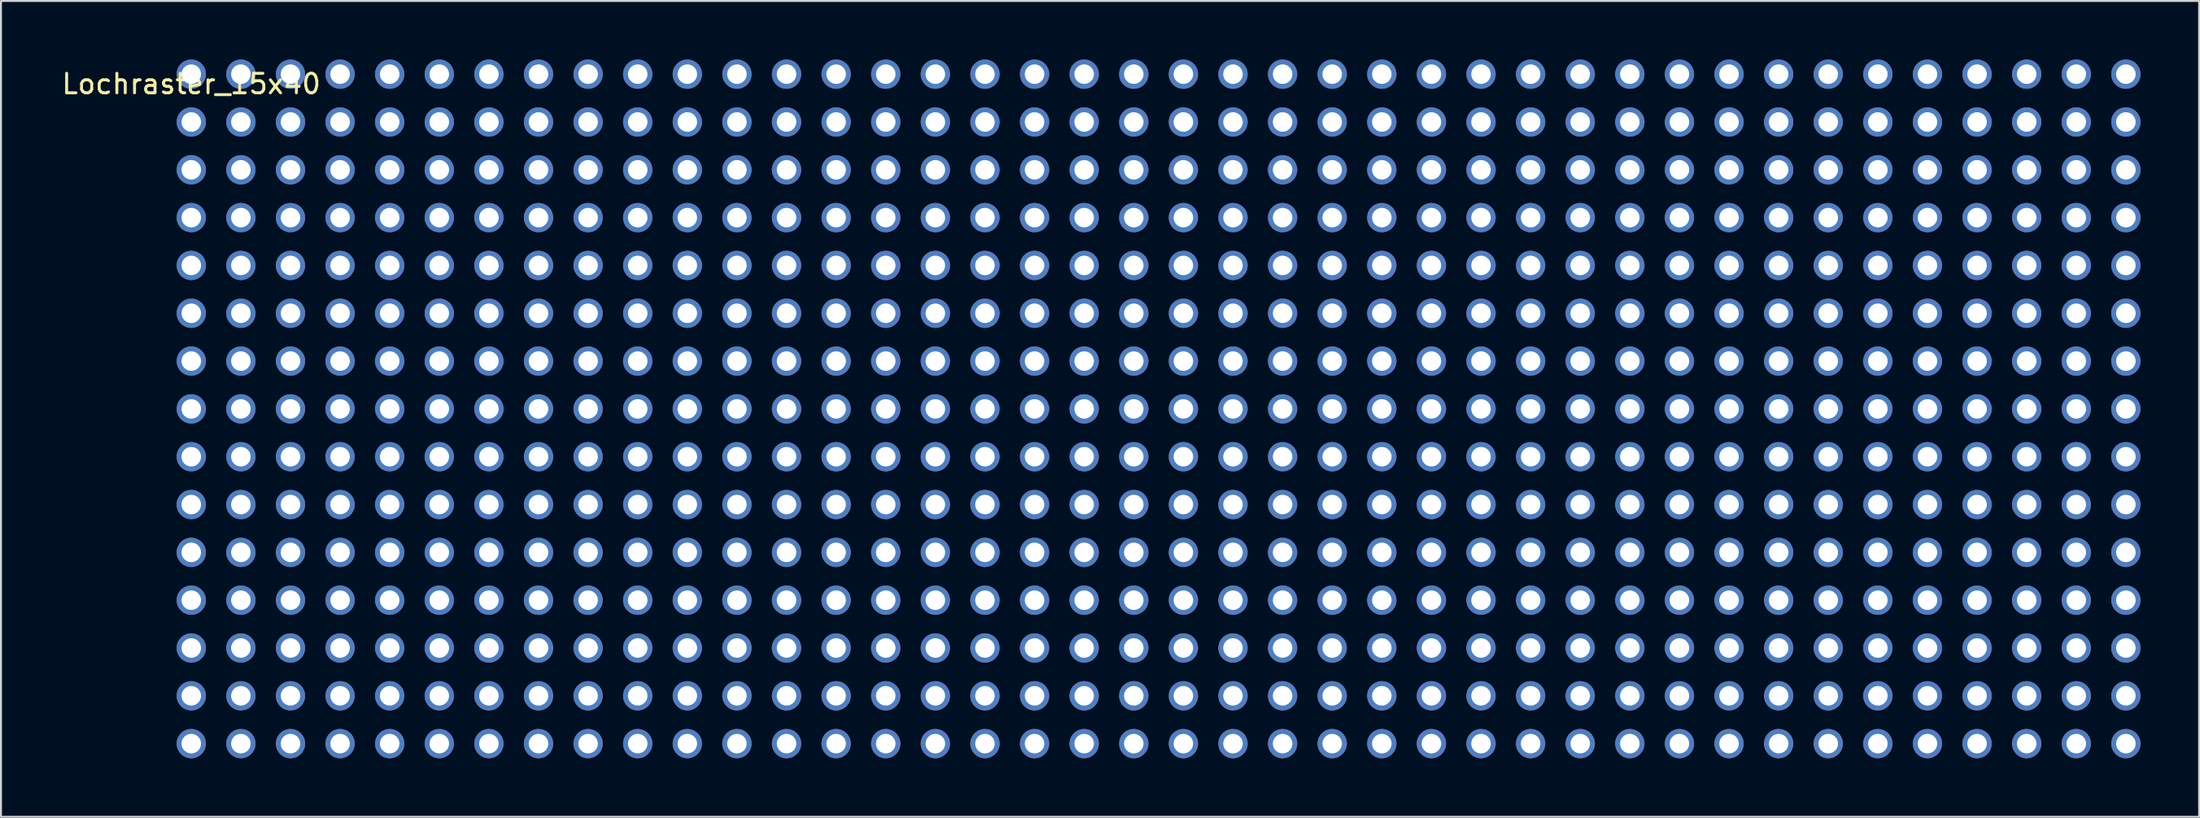
<source format=kicad_pcb>
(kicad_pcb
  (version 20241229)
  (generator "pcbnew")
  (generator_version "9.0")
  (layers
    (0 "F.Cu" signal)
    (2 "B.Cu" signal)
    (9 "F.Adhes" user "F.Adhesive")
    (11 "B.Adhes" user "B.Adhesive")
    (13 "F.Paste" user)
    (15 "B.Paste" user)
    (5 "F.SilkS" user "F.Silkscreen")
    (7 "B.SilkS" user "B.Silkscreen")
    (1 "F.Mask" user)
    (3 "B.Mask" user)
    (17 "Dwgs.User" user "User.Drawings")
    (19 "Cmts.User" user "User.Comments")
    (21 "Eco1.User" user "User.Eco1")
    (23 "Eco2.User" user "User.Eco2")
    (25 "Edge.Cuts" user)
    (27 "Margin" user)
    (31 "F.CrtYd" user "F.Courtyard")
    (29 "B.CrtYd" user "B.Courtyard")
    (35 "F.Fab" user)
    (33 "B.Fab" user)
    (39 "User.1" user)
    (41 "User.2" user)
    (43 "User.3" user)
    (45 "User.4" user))
  (footprint "Lochraster_15x40"
    (layer "F.Cu")
    (at 6.744 0.75)
    (property "Reference" "Lochraster_15x40" (at 0 0.5 0) (layer "F.SilkS") (effects (font (size 1 1) (thickness 0.15))))
    (attr through_hole)
    (pad "" thru_hole circle (at 0 0) (size 1.5 1.5) (drill 1) (layers "*.Cu" "*.Mask"))
    (pad "12" thru_hole circle (at 0 2.45) (size 1.5 1.5) (drill 1) (layers "*.Cu" "*.Mask"))
    (pad "13" thru_hole circle (at 0 4.9) (size 1.5 1.5) (drill 1) (layers "*.Cu" "*.Mask"))
    (pad "14" thru_hole circle (at 0 7.35) (size 1.5 1.5) (drill 1) (layers "*.Cu" "*.Mask"))
    (pad "15" thru_hole circle (at 0 9.8) (size 1.5 1.5) (drill 1) (layers "*.Cu" "*.Mask"))
    (pad "16" thru_hole circle (at 0 12.25) (size 1.5 1.5) (drill 1) (layers "*.Cu" "*.Mask"))
    (pad "17" thru_hole circle (at 0 14.7) (size 1.5 1.5) (drill 1) (layers "*.Cu" "*.Mask"))
    (pad "18" thru_hole circle (at 0 17.15) (size 1.5 1.5) (drill 1) (layers "*.Cu" "*.Mask"))
    (pad "19" thru_hole circle (at 0 19.6) (size 1.5 1.5) (drill 1) (layers "*.Cu" "*.Mask"))
    (pad "21" thru_hole circle (at 2.54 0) (size 1.5 1.5) (drill 1) (layers "*.Cu" "*.Mask"))
    (pad "22" thru_hole circle (at 2.54 2.45) (size 1.5 1.5) (drill 1) (layers "*.Cu" "*.Mask"))
    (pad "23" thru_hole circle (at 2.54 4.9) (size 1.5 1.5) (drill 1) (layers "*.Cu" "*.Mask"))
    (pad "24" thru_hole circle (at 2.54 7.35) (size 1.5 1.5) (drill 1) (layers "*.Cu" "*.Mask"))
    (pad "25" thru_hole circle (at 2.54 9.8) (size 1.5 1.5) (drill 1) (layers "*.Cu" "*.Mask"))
    (pad "26" thru_hole circle (at 2.54 12.25) (size 1.5 1.5) (drill 1) (layers "*.Cu" "*.Mask"))
    (pad "27" thru_hole circle (at 2.54 14.7) (size 1.5 1.5) (drill 1) (layers "*.Cu" "*.Mask"))
    (pad "28" thru_hole circle (at 2.54 17.15) (size 1.5 1.5) (drill 1) (layers "*.Cu" "*.Mask"))
    (pad "29" thru_hole circle (at 2.54 19.6) (size 1.5 1.5) (drill 1) (layers "*.Cu" "*.Mask"))
    (pad "31" thru_hole circle (at 5.08 0) (size 1.5 1.5) (drill 1) (layers "*.Cu" "*.Mask"))
    (pad "32" thru_hole circle (at 5.08 2.45) (size 1.5 1.5) (drill 1) (layers "*.Cu" "*.Mask"))
    (pad "33" thru_hole circle (at 5.08 4.9) (size 1.5 1.5) (drill 1) (layers "*.Cu" "*.Mask"))
    (pad "34" thru_hole circle (at 5.08 7.35) (size 1.5 1.5) (drill 1) (layers "*.Cu" "*.Mask"))
    (pad "35" thru_hole circle (at 5.08 9.8) (size 1.5 1.5) (drill 1) (layers "*.Cu" "*.Mask"))
    (pad "36" thru_hole circle (at 5.08 12.25) (size 1.5 1.5) (drill 1) (layers "*.Cu" "*.Mask"))
    (pad "37" thru_hole circle (at 5.08 14.7) (size 1.5 1.5) (drill 1) (layers "*.Cu" "*.Mask"))
    (pad "38" thru_hole circle (at 5.08 17.15) (size 1.5 1.5) (drill 1) (layers "*.Cu" "*.Mask"))
    (pad "39" thru_hole circle (at 5.08 19.6) (size 1.5 1.5) (drill 1) (layers "*.Cu" "*.Mask"))
    (pad "41" thru_hole circle (at 7.62 0) (size 1.5 1.5) (drill 1) (layers "*.Cu" "*.Mask"))
    (pad "42" thru_hole circle (at 7.62 2.45) (size 1.5 1.5) (drill 1) (layers "*.Cu" "*.Mask"))
    (pad "43" thru_hole circle (at 7.62 4.9) (size 1.5 1.5) (drill 1) (layers "*.Cu" "*.Mask"))
    (pad "44" thru_hole circle (at 7.62 7.35) (size 1.5 1.5) (drill 1) (layers "*.Cu" "*.Mask"))
    (pad "45" thru_hole circle (at 7.62 9.8) (size 1.5 1.5) (drill 1) (layers "*.Cu" "*.Mask"))
    (pad "46" thru_hole circle (at 7.62 12.25) (size 1.5 1.5) (drill 1) (layers "*.Cu" "*.Mask"))
    (pad "47" thru_hole circle (at 7.62 14.7) (size 1.5 1.5) (drill 1) (layers "*.Cu" "*.Mask"))
    (pad "48" thru_hole circle (at 7.62 17.15) (size 1.5 1.5) (drill 1) (layers "*.Cu" "*.Mask"))
    (pad "49" thru_hole circle (at 7.62 19.6) (size 1.5 1.5) (drill 1) (layers "*.Cu" "*.Mask"))
    (pad "51" thru_hole circle (at 10.16 0) (size 1.5 1.5) (drill 1) (layers "*.Cu" "*.Mask"))
    (pad "52" thru_hole circle (at 10.16 2.45) (size 1.5 1.5) (drill 1) (layers "*.Cu" "*.Mask"))
    (pad "53" thru_hole circle (at 10.16 4.9) (size 1.5 1.5) (drill 1) (layers "*.Cu" "*.Mask"))
    (pad "54" thru_hole circle (at 10.16 7.35) (size 1.5 1.5) (drill 1) (layers "*.Cu" "*.Mask"))
    (pad "55" thru_hole circle (at 10.16 9.8) (size 1.5 1.5) (drill 1) (layers "*.Cu" "*.Mask"))
    (pad "56" thru_hole circle (at 10.16 12.25) (size 1.5 1.5) (drill 1) (layers "*.Cu" "*.Mask"))
    (pad "57" thru_hole circle (at 10.16 14.7) (size 1.5 1.5) (drill 1) (layers "*.Cu" "*.Mask"))
    (pad "58" thru_hole circle (at 10.16 17.15) (size 1.5 1.5) (drill 1) (layers "*.Cu" "*.Mask"))
    (pad "59" thru_hole circle (at 10.16 19.6) (size 1.5 1.5) (drill 1) (layers "*.Cu" "*.Mask"))
    (pad "61" thru_hole circle (at 12.7 0) (size 1.5 1.5) (drill 1) (layers "*.Cu" "*.Mask"))
    (pad "62" thru_hole circle (at 12.7 2.45) (size 1.5 1.5) (drill 1) (layers "*.Cu" "*.Mask"))
    (pad "63" thru_hole circle (at 12.7 4.9) (size 1.5 1.5) (drill 1) (layers "*.Cu" "*.Mask"))
    (pad "64" thru_hole circle (at 12.7 7.35) (size 1.5 1.5) (drill 1) (layers "*.Cu" "*.Mask"))
    (pad "65" thru_hole circle (at 12.7 9.8) (size 1.5 1.5) (drill 1) (layers "*.Cu" "*.Mask"))
    (pad "66" thru_hole circle (at 12.7 12.25) (size 1.5 1.5) (drill 1) (layers "*.Cu" "*.Mask"))
    (pad "67" thru_hole circle (at 12.7 14.7) (size 1.5 1.5) (drill 1) (layers "*.Cu" "*.Mask"))
    (pad "68" thru_hole circle (at 12.7 17.15) (size 1.5 1.5) (drill 1) (layers "*.Cu" "*.Mask"))
    (pad "69" thru_hole circle (at 12.7 19.6) (size 1.5 1.5) (drill 1) (layers "*.Cu" "*.Mask"))
    (pad "71" thru_hole circle (at 15.24 0) (size 1.5 1.5) (drill 1) (layers "*.Cu" "*.Mask"))
    (pad "72" thru_hole circle (at 15.24 2.45) (size 1.5 1.5) (drill 1) (layers "*.Cu" "*.Mask"))
    (pad "73" thru_hole circle (at 15.24 4.9) (size 1.5 1.5) (drill 1) (layers "*.Cu" "*.Mask"))
    (pad "74" thru_hole circle (at 15.24 7.35) (size 1.5 1.5) (drill 1) (layers "*.Cu" "*.Mask"))
    (pad "75" thru_hole circle (at 15.24 9.8) (size 1.5 1.5) (drill 1) (layers "*.Cu" "*.Mask"))
    (pad "76" thru_hole circle (at 15.24 12.25) (size 1.5 1.5) (drill 1) (layers "*.Cu" "*.Mask"))
    (pad "77" thru_hole circle (at 15.24 14.7) (size 1.5 1.5) (drill 1) (layers "*.Cu" "*.Mask"))
    (pad "78" thru_hole circle (at 15.24 17.15) (size 1.5 1.5) (drill 1) (layers "*.Cu" "*.Mask"))
    (pad "79" thru_hole circle (at 15.24 19.6) (size 1.5 1.5) (drill 1) (layers "*.Cu" "*.Mask"))
    (pad "81" thru_hole circle (at 17.78 0) (size 1.5 1.5) (drill 1) (layers "*.Cu" "*.Mask"))
    (pad "82" thru_hole circle (at 17.78 2.45) (size 1.5 1.5) (drill 1) (layers "*.Cu" "*.Mask"))
    (pad "83" thru_hole circle (at 17.78 4.9) (size 1.5 1.5) (drill 1) (layers "*.Cu" "*.Mask"))
    (pad "84" thru_hole circle (at 17.78 7.35) (size 1.5 1.5) (drill 1) (layers "*.Cu" "*.Mask"))
    (pad "85" thru_hole circle (at 17.78 9.8) (size 1.5 1.5) (drill 1) (layers "*.Cu" "*.Mask"))
    (pad "86" thru_hole circle (at 17.78 12.25) (size 1.5 1.5) (drill 1) (layers "*.Cu" "*.Mask"))
    (pad "87" thru_hole circle (at 17.78 14.7) (size 1.5 1.5) (drill 1) (layers "*.Cu" "*.Mask"))
    (pad "88" thru_hole circle (at 17.78 17.15) (size 1.5 1.5) (drill 1) (layers "*.Cu" "*.Mask"))
    (pad "89" thru_hole circle (at 17.78 19.6) (size 1.5 1.5) (drill 1) (layers "*.Cu" "*.Mask"))
    (pad "91" thru_hole circle (at 20.32 0) (size 1.5 1.5) (drill 1) (layers "*.Cu" "*.Mask"))
    (pad "92" thru_hole circle (at 20.32 2.45) (size 1.5 1.5) (drill 1) (layers "*.Cu" "*.Mask"))
    (pad "93" thru_hole circle (at 20.32 4.9) (size 1.5 1.5) (drill 1) (layers "*.Cu" "*.Mask"))
    (pad "94" thru_hole circle (at 20.32 7.35) (size 1.5 1.5) (drill 1) (layers "*.Cu" "*.Mask"))
    (pad "95" thru_hole circle (at 20.32 9.8) (size 1.5 1.5) (drill 1) (layers "*.Cu" "*.Mask"))
    (pad "96" thru_hole circle (at 20.32 12.25) (size 1.5 1.5) (drill 1) (layers "*.Cu" "*.Mask"))
    (pad "97" thru_hole circle (at 20.32 14.7) (size 1.5 1.5) (drill 1) (layers "*.Cu" "*.Mask"))
    (pad "98" thru_hole circle (at 20.32 17.15) (size 1.5 1.5) (drill 1) (layers "*.Cu" "*.Mask"))
    (pad "99" thru_hole circle (at 20.32 19.6) (size 1.5 1.5) (drill 1) (layers "*.Cu" "*.Mask"))
    (pad "101" thru_hole circle (at 22.86 0) (size 1.5 1.5) (drill 1) (layers "*.Cu" "*.Mask"))
    (pad "102" thru_hole circle (at 22.86 2.45) (size 1.5 1.5) (drill 1) (layers "*.Cu" "*.Mask"))
    (pad "103" thru_hole circle (at 22.86 4.9) (size 1.5 1.5) (drill 1) (layers "*.Cu" "*.Mask"))
    (pad "104" thru_hole circle (at 22.86 7.35) (size 1.5 1.5) (drill 1) (layers "*.Cu" "*.Mask"))
    (pad "105" thru_hole circle (at 22.86 9.8) (size 1.5 1.5) (drill 1) (layers "*.Cu" "*.Mask"))
    (pad "106" thru_hole circle (at 22.86 12.25) (size 1.5 1.5) (drill 1) (layers "*.Cu" "*.Mask"))
    (pad "107" thru_hole circle (at 22.86 14.7) (size 1.5 1.5) (drill 1) (layers "*.Cu" "*.Mask"))
    (pad "108" thru_hole circle (at 22.86 17.15) (size 1.5 1.5) (drill 1) (layers "*.Cu" "*.Mask"))
    (pad "109" thru_hole circle (at 22.86 19.6) (size 1.5 1.5) (drill 1) (layers "*.Cu" "*.Mask"))
    (pad "110" thru_hole circle (at 0 22.05) (size 1.5 1.5) (drill 1) (layers "*.Cu" "*.Mask"))
    (pad "111" thru_hole circle (at 0 24.5) (size 1.5 1.5) (drill 1) (layers "*.Cu" "*.Mask"))
    (pad "111" thru_hole circle (at 25.4 0) (size 1.5 1.5) (drill 1) (layers "*.Cu" "*.Mask"))
    (pad "112" thru_hole circle (at 0 26.95) (size 1.5 1.5) (drill 1) (layers "*.Cu" "*.Mask"))
    (pad "112" thru_hole circle (at 25.4 2.45) (size 1.5 1.5) (drill 1) (layers "*.Cu" "*.Mask"))
    (pad "113" thru_hole circle (at 0 29.4) (size 1.5 1.5) (drill 1) (layers "*.Cu" "*.Mask"))
    (pad "113" thru_hole circle (at 25.4 4.9) (size 1.5 1.5) (drill 1) (layers "*.Cu" "*.Mask"))
    (pad "114" thru_hole circle (at 0 31.85) (size 1.5 1.5) (drill 1) (layers "*.Cu" "*.Mask"))
    (pad "114" thru_hole circle (at 25.4 7.35) (size 1.5 1.5) (drill 1) (layers "*.Cu" "*.Mask"))
    (pad "115" thru_hole circle (at 0 34.3) (size 1.5 1.5) (drill 1) (layers "*.Cu" "*.Mask"))
    (pad "115" thru_hole circle (at 25.4 9.8) (size 1.5 1.5) (drill 1) (layers "*.Cu" "*.Mask"))
    (pad "116" thru_hole circle (at 25.4 12.25) (size 1.5 1.5) (drill 1) (layers "*.Cu" "*.Mask"))
    (pad "117" thru_hole circle (at 25.4 14.7) (size 1.5 1.5) (drill 1) (layers "*.Cu" "*.Mask"))
    (pad "118" thru_hole circle (at 25.4 17.15) (size 1.5 1.5) (drill 1) (layers "*.Cu" "*.Mask"))
    (pad "119" thru_hole circle (at 25.4 19.6) (size 1.5 1.5) (drill 1) (layers "*.Cu" "*.Mask"))
    (pad "121" thru_hole circle (at 27.94 0) (size 1.5 1.5) (drill 1) (layers "*.Cu" "*.Mask"))
    (pad "122" thru_hole circle (at 27.94 2.45) (size 1.5 1.5) (drill 1) (layers "*.Cu" "*.Mask"))
    (pad "123" thru_hole circle (at 27.94 4.9) (size 1.5 1.5) (drill 1) (layers "*.Cu" "*.Mask"))
    (pad "124" thru_hole circle (at 27.94 7.35) (size 1.5 1.5) (drill 1) (layers "*.Cu" "*.Mask"))
    (pad "125" thru_hole circle (at 27.94 9.8) (size 1.5 1.5) (drill 1) (layers "*.Cu" "*.Mask"))
    (pad "126" thru_hole circle (at 27.94 12.25) (size 1.5 1.5) (drill 1) (layers "*.Cu" "*.Mask"))
    (pad "127" thru_hole circle (at 27.94 14.7) (size 1.5 1.5) (drill 1) (layers "*.Cu" "*.Mask"))
    (pad "128" thru_hole circle (at 27.94 17.15) (size 1.5 1.5) (drill 1) (layers "*.Cu" "*.Mask"))
    (pad "129" thru_hole circle (at 27.94 19.6) (size 1.5 1.5) (drill 1) (layers "*.Cu" "*.Mask"))
    (pad "131" thru_hole circle (at 30.48 0) (size 1.5 1.5) (drill 1) (layers "*.Cu" "*.Mask"))
    (pad "132" thru_hole circle (at 30.48 2.45) (size 1.5 1.5) (drill 1) (layers "*.Cu" "*.Mask"))
    (pad "133" thru_hole circle (at 30.48 4.9) (size 1.5 1.5) (drill 1) (layers "*.Cu" "*.Mask"))
    (pad "134" thru_hole circle (at 30.48 7.35) (size 1.5 1.5) (drill 1) (layers "*.Cu" "*.Mask"))
    (pad "135" thru_hole circle (at 30.48 9.8) (size 1.5 1.5) (drill 1) (layers "*.Cu" "*.Mask"))
    (pad "136" thru_hole circle (at 30.48 12.25) (size 1.5 1.5) (drill 1) (layers "*.Cu" "*.Mask"))
    (pad "137" thru_hole circle (at 30.48 14.7) (size 1.5 1.5) (drill 1) (layers "*.Cu" "*.Mask"))
    (pad "138" thru_hole circle (at 30.48 17.15) (size 1.5 1.5) (drill 1) (layers "*.Cu" "*.Mask"))
    (pad "139" thru_hole circle (at 30.48 19.6) (size 1.5 1.5) (drill 1) (layers "*.Cu" "*.Mask"))
    (pad "141" thru_hole circle (at 33.02 0) (size 1.5 1.5) (drill 1) (layers "*.Cu" "*.Mask"))
    (pad "142" thru_hole circle (at 33.02 2.45) (size 1.5 1.5) (drill 1) (layers "*.Cu" "*.Mask"))
    (pad "143" thru_hole circle (at 33.02 4.9) (size 1.5 1.5) (drill 1) (layers "*.Cu" "*.Mask"))
    (pad "144" thru_hole circle (at 33.02 7.35) (size 1.5 1.5) (drill 1) (layers "*.Cu" "*.Mask"))
    (pad "145" thru_hole circle (at 33.02 9.8) (size 1.5 1.5) (drill 1) (layers "*.Cu" "*.Mask"))
    (pad "146" thru_hole circle (at 33.02 12.25) (size 1.5 1.5) (drill 1) (layers "*.Cu" "*.Mask"))
    (pad "147" thru_hole circle (at 33.02 14.7) (size 1.5 1.5) (drill 1) (layers "*.Cu" "*.Mask"))
    (pad "148" thru_hole circle (at 33.02 17.15) (size 1.5 1.5) (drill 1) (layers "*.Cu" "*.Mask"))
    (pad "149" thru_hole circle (at 33.02 19.6) (size 1.5 1.5) (drill 1) (layers "*.Cu" "*.Mask"))
    (pad "151" thru_hole circle (at 35.56 0) (size 1.5 1.5) (drill 1) (layers "*.Cu" "*.Mask"))
    (pad "152" thru_hole circle (at 35.56 2.45) (size 1.5 1.5) (drill 1) (layers "*.Cu" "*.Mask"))
    (pad "153" thru_hole circle (at 35.56 4.9) (size 1.5 1.5) (drill 1) (layers "*.Cu" "*.Mask"))
    (pad "154" thru_hole circle (at 35.56 7.35) (size 1.5 1.5) (drill 1) (layers "*.Cu" "*.Mask"))
    (pad "155" thru_hole circle (at 35.56 9.8) (size 1.5 1.5) (drill 1) (layers "*.Cu" "*.Mask"))
    (pad "156" thru_hole circle (at 35.56 12.25) (size 1.5 1.5) (drill 1) (layers "*.Cu" "*.Mask"))
    (pad "157" thru_hole circle (at 35.56 14.7) (size 1.5 1.5) (drill 1) (layers "*.Cu" "*.Mask"))
    (pad "158" thru_hole circle (at 35.56 17.15) (size 1.5 1.5) (drill 1) (layers "*.Cu" "*.Mask"))
    (pad "159" thru_hole circle (at 35.56 19.6) (size 1.5 1.5) (drill 1) (layers "*.Cu" "*.Mask"))
    (pad "161" thru_hole circle (at 38.1 0) (size 1.5 1.5) (drill 1) (layers "*.Cu" "*.Mask"))
    (pad "162" thru_hole circle (at 38.1 2.45) (size 1.5 1.5) (drill 1) (layers "*.Cu" "*.Mask"))
    (pad "163" thru_hole circle (at 38.1 4.9) (size 1.5 1.5) (drill 1) (layers "*.Cu" "*.Mask"))
    (pad "164" thru_hole circle (at 38.1 7.35) (size 1.5 1.5) (drill 1) (layers "*.Cu" "*.Mask"))
    (pad "165" thru_hole circle (at 38.1 9.8) (size 1.5 1.5) (drill 1) (layers "*.Cu" "*.Mask"))
    (pad "166" thru_hole circle (at 38.1 12.25) (size 1.5 1.5) (drill 1) (layers "*.Cu" "*.Mask"))
    (pad "167" thru_hole circle (at 38.1 14.7) (size 1.5 1.5) (drill 1) (layers "*.Cu" "*.Mask"))
    (pad "168" thru_hole circle (at 38.1 17.15) (size 1.5 1.5) (drill 1) (layers "*.Cu" "*.Mask"))
    (pad "169" thru_hole circle (at 38.1 19.6) (size 1.5 1.5) (drill 1) (layers "*.Cu" "*.Mask"))
    (pad "171" thru_hole circle (at 40.64 0) (size 1.5 1.5) (drill 1) (layers "*.Cu" "*.Mask"))
    (pad "172" thru_hole circle (at 40.64 2.45) (size 1.5 1.5) (drill 1) (layers "*.Cu" "*.Mask"))
    (pad "173" thru_hole circle (at 40.64 4.9) (size 1.5 1.5) (drill 1) (layers "*.Cu" "*.Mask"))
    (pad "174" thru_hole circle (at 40.64 7.35) (size 1.5 1.5) (drill 1) (layers "*.Cu" "*.Mask"))
    (pad "175" thru_hole circle (at 40.64 9.8) (size 1.5 1.5) (drill 1) (layers "*.Cu" "*.Mask"))
    (pad "176" thru_hole circle (at 40.64 12.25) (size 1.5 1.5) (drill 1) (layers "*.Cu" "*.Mask"))
    (pad "177" thru_hole circle (at 40.64 14.7) (size 1.5 1.5) (drill 1) (layers "*.Cu" "*.Mask"))
    (pad "178" thru_hole circle (at 40.64 17.15) (size 1.5 1.5) (drill 1) (layers "*.Cu" "*.Mask"))
    (pad "179" thru_hole circle (at 40.64 19.6) (size 1.5 1.5) (drill 1) (layers "*.Cu" "*.Mask"))
    (pad "181" thru_hole circle (at 43.18 0) (size 1.5 1.5) (drill 1) (layers "*.Cu" "*.Mask"))
    (pad "182" thru_hole circle (at 43.18 2.45) (size 1.5 1.5) (drill 1) (layers "*.Cu" "*.Mask"))
    (pad "183" thru_hole circle (at 43.18 4.9) (size 1.5 1.5) (drill 1) (layers "*.Cu" "*.Mask"))
    (pad "184" thru_hole circle (at 43.18 7.35) (size 1.5 1.5) (drill 1) (layers "*.Cu" "*.Mask"))
    (pad "185" thru_hole circle (at 43.18 9.8) (size 1.5 1.5) (drill 1) (layers "*.Cu" "*.Mask"))
    (pad "186" thru_hole circle (at 43.18 12.25) (size 1.5 1.5) (drill 1) (layers "*.Cu" "*.Mask"))
    (pad "187" thru_hole circle (at 43.18 14.7) (size 1.5 1.5) (drill 1) (layers "*.Cu" "*.Mask"))
    (pad "188" thru_hole circle (at 43.18 17.15) (size 1.5 1.5) (drill 1) (layers "*.Cu" "*.Mask"))
    (pad "189" thru_hole circle (at 43.18 19.6) (size 1.5 1.5) (drill 1) (layers "*.Cu" "*.Mask"))
    (pad "191" thru_hole circle (at 45.72 0) (size 1.5 1.5) (drill 1) (layers "*.Cu" "*.Mask"))
    (pad "192" thru_hole circle (at 45.72 2.45) (size 1.5 1.5) (drill 1) (layers "*.Cu" "*.Mask"))
    (pad "193" thru_hole circle (at 45.72 4.9) (size 1.5 1.5) (drill 1) (layers "*.Cu" "*.Mask"))
    (pad "194" thru_hole circle (at 45.72 7.35) (size 1.5 1.5) (drill 1) (layers "*.Cu" "*.Mask"))
    (pad "195" thru_hole circle (at 45.72 9.8) (size 1.5 1.5) (drill 1) (layers "*.Cu" "*.Mask"))
    (pad "196" thru_hole circle (at 45.72 12.25) (size 1.5 1.5) (drill 1) (layers "*.Cu" "*.Mask"))
    (pad "197" thru_hole circle (at 45.72 14.7) (size 1.5 1.5) (drill 1) (layers "*.Cu" "*.Mask"))
    (pad "198" thru_hole circle (at 45.72 17.15) (size 1.5 1.5) (drill 1) (layers "*.Cu" "*.Mask"))
    (pad "199" thru_hole circle (at 45.72 19.6) (size 1.5 1.5) (drill 1) (layers "*.Cu" "*.Mask"))
    (pad "201" thru_hole circle (at 48.26 0) (size 1.5 1.5) (drill 1) (layers "*.Cu" "*.Mask"))
    (pad "202" thru_hole circle (at 48.26 2.45) (size 1.5 1.5) (drill 1) (layers "*.Cu" "*.Mask"))
    (pad "203" thru_hole circle (at 48.26 4.9) (size 1.5 1.5) (drill 1) (layers "*.Cu" "*.Mask"))
    (pad "204" thru_hole circle (at 48.26 7.35) (size 1.5 1.5) (drill 1) (layers "*.Cu" "*.Mask"))
    (pad "205" thru_hole circle (at 48.26 9.8) (size 1.5 1.5) (drill 1) (layers "*.Cu" "*.Mask"))
    (pad "206" thru_hole circle (at 48.26 12.25) (size 1.5 1.5) (drill 1) (layers "*.Cu" "*.Mask"))
    (pad "207" thru_hole circle (at 48.26 14.7) (size 1.5 1.5) (drill 1) (layers "*.Cu" "*.Mask"))
    (pad "208" thru_hole circle (at 48.26 17.15) (size 1.5 1.5) (drill 1) (layers "*.Cu" "*.Mask"))
    (pad "209" thru_hole circle (at 48.26 19.6) (size 1.5 1.5) (drill 1) (layers "*.Cu" "*.Mask"))
    (pad "210" thru_hole circle (at 2.54 22.05) (size 1.5 1.5) (drill 1) (layers "*.Cu" "*.Mask"))
    (pad "211" thru_hole circle (at 2.54 24.5) (size 1.5 1.5) (drill 1) (layers "*.Cu" "*.Mask"))
    (pad "211" thru_hole circle (at 50.8 0) (size 1.5 1.5) (drill 1) (layers "*.Cu" "*.Mask"))
    (pad "212" thru_hole circle (at 2.54 26.95) (size 1.5 1.5) (drill 1) (layers "*.Cu" "*.Mask"))
    (pad "212" thru_hole circle (at 50.8 2.45) (size 1.5 1.5) (drill 1) (layers "*.Cu" "*.Mask"))
    (pad "213" thru_hole circle (at 2.54 29.4) (size 1.5 1.5) (drill 1) (layers "*.Cu" "*.Mask"))
    (pad "213" thru_hole circle (at 50.8 4.9) (size 1.5 1.5) (drill 1) (layers "*.Cu" "*.Mask"))
    (pad "214" thru_hole circle (at 2.54 31.85) (size 1.5 1.5) (drill 1) (layers "*.Cu" "*.Mask"))
    (pad "214" thru_hole circle (at 50.8 7.35) (size 1.5 1.5) (drill 1) (layers "*.Cu" "*.Mask"))
    (pad "215" thru_hole circle (at 2.54 34.3) (size 1.5 1.5) (drill 1) (layers "*.Cu" "*.Mask"))
    (pad "215" thru_hole circle (at 50.8 9.8) (size 1.5 1.5) (drill 1) (layers "*.Cu" "*.Mask"))
    (pad "216" thru_hole circle (at 50.8 12.25) (size 1.5 1.5) (drill 1) (layers "*.Cu" "*.Mask"))
    (pad "217" thru_hole circle (at 50.8 14.7) (size 1.5 1.5) (drill 1) (layers "*.Cu" "*.Mask"))
    (pad "218" thru_hole circle (at 50.8 17.15) (size 1.5 1.5) (drill 1) (layers "*.Cu" "*.Mask"))
    (pad "219" thru_hole circle (at 50.8 19.6) (size 1.5 1.5) (drill 1) (layers "*.Cu" "*.Mask"))
    (pad "221" thru_hole circle (at 53.34 0) (size 1.5 1.5) (drill 1) (layers "*.Cu" "*.Mask"))
    (pad "222" thru_hole circle (at 53.34 2.45) (size 1.5 1.5) (drill 1) (layers "*.Cu" "*.Mask"))
    (pad "223" thru_hole circle (at 53.34 4.9) (size 1.5 1.5) (drill 1) (layers "*.Cu" "*.Mask"))
    (pad "224" thru_hole circle (at 53.34 7.35) (size 1.5 1.5) (drill 1) (layers "*.Cu" "*.Mask"))
    (pad "225" thru_hole circle (at 53.34 9.8) (size 1.5 1.5) (drill 1) (layers "*.Cu" "*.Mask"))
    (pad "226" thru_hole circle (at 53.34 12.25) (size 1.5 1.5) (drill 1) (layers "*.Cu" "*.Mask"))
    (pad "227" thru_hole circle (at 53.34 14.7) (size 1.5 1.5) (drill 1) (layers "*.Cu" "*.Mask"))
    (pad "228" thru_hole circle (at 53.34 17.15) (size 1.5 1.5) (drill 1) (layers "*.Cu" "*.Mask"))
    (pad "229" thru_hole circle (at 53.34 19.6) (size 1.5 1.5) (drill 1) (layers "*.Cu" "*.Mask"))
    (pad "231" thru_hole circle (at 55.88 0) (size 1.5 1.5) (drill 1) (layers "*.Cu" "*.Mask"))
    (pad "232" thru_hole circle (at 55.88 2.45) (size 1.5 1.5) (drill 1) (layers "*.Cu" "*.Mask"))
    (pad "233" thru_hole circle (at 55.88 4.9) (size 1.5 1.5) (drill 1) (layers "*.Cu" "*.Mask"))
    (pad "234" thru_hole circle (at 55.88 7.35) (size 1.5 1.5) (drill 1) (layers "*.Cu" "*.Mask"))
    (pad "235" thru_hole circle (at 55.88 9.8) (size 1.5 1.5) (drill 1) (layers "*.Cu" "*.Mask"))
    (pad "236" thru_hole circle (at 55.88 12.25) (size 1.5 1.5) (drill 1) (layers "*.Cu" "*.Mask"))
    (pad "237" thru_hole circle (at 55.88 14.7) (size 1.5 1.5) (drill 1) (layers "*.Cu" "*.Mask"))
    (pad "238" thru_hole circle (at 55.88 17.15) (size 1.5 1.5) (drill 1) (layers "*.Cu" "*.Mask"))
    (pad "239" thru_hole circle (at 55.88 19.6) (size 1.5 1.5) (drill 1) (layers "*.Cu" "*.Mask"))
    (pad "241" thru_hole circle (at 58.42 0) (size 1.5 1.5) (drill 1) (layers "*.Cu" "*.Mask"))
    (pad "242" thru_hole circle (at 58.42 2.45) (size 1.5 1.5) (drill 1) (layers "*.Cu" "*.Mask"))
    (pad "243" thru_hole circle (at 58.42 4.9) (size 1.5 1.5) (drill 1) (layers "*.Cu" "*.Mask"))
    (pad "244" thru_hole circle (at 58.42 7.35) (size 1.5 1.5) (drill 1) (layers "*.Cu" "*.Mask"))
    (pad "245" thru_hole circle (at 58.42 9.8) (size 1.5 1.5) (drill 1) (layers "*.Cu" "*.Mask"))
    (pad "246" thru_hole circle (at 58.42 12.25) (size 1.5 1.5) (drill 1) (layers "*.Cu" "*.Mask"))
    (pad "247" thru_hole circle (at 58.42 14.7) (size 1.5 1.5) (drill 1) (layers "*.Cu" "*.Mask"))
    (pad "248" thru_hole circle (at 58.42 17.15) (size 1.5 1.5) (drill 1) (layers "*.Cu" "*.Mask"))
    (pad "249" thru_hole circle (at 58.42 19.6) (size 1.5 1.5) (drill 1) (layers "*.Cu" "*.Mask"))
    (pad "251" thru_hole circle (at 60.96 0) (size 1.5 1.5) (drill 1) (layers "*.Cu" "*.Mask"))
    (pad "252" thru_hole circle (at 60.96 2.45) (size 1.5 1.5) (drill 1) (layers "*.Cu" "*.Mask"))
    (pad "253" thru_hole circle (at 60.96 4.9) (size 1.5 1.5) (drill 1) (layers "*.Cu" "*.Mask"))
    (pad "254" thru_hole circle (at 60.96 7.35) (size 1.5 1.5) (drill 1) (layers "*.Cu" "*.Mask"))
    (pad "255" thru_hole circle (at 60.96 9.8) (size 1.5 1.5) (drill 1) (layers "*.Cu" "*.Mask"))
    (pad "256" thru_hole circle (at 60.96 12.25) (size 1.5 1.5) (drill 1) (layers "*.Cu" "*.Mask"))
    (pad "257" thru_hole circle (at 60.96 14.7) (size 1.5 1.5) (drill 1) (layers "*.Cu" "*.Mask"))
    (pad "258" thru_hole circle (at 60.96 17.15) (size 1.5 1.5) (drill 1) (layers "*.Cu" "*.Mask"))
    (pad "259" thru_hole circle (at 60.96 19.6) (size 1.5 1.5) (drill 1) (layers "*.Cu" "*.Mask"))
    (pad "261" thru_hole circle (at 63.5 0) (size 1.5 1.5) (drill 1) (layers "*.Cu" "*.Mask"))
    (pad "262" thru_hole circle (at 63.5 2.45) (size 1.5 1.5) (drill 1) (layers "*.Cu" "*.Mask"))
    (pad "263" thru_hole circle (at 63.5 4.9) (size 1.5 1.5) (drill 1) (layers "*.Cu" "*.Mask"))
    (pad "264" thru_hole circle (at 63.5 7.35) (size 1.5 1.5) (drill 1) (layers "*.Cu" "*.Mask"))
    (pad "265" thru_hole circle (at 63.5 9.8) (size 1.5 1.5) (drill 1) (layers "*.Cu" "*.Mask"))
    (pad "266" thru_hole circle (at 63.5 12.25) (size 1.5 1.5) (drill 1) (layers "*.Cu" "*.Mask"))
    (pad "267" thru_hole circle (at 63.5 14.7) (size 1.5 1.5) (drill 1) (layers "*.Cu" "*.Mask"))
    (pad "268" thru_hole circle (at 63.5 17.15) (size 1.5 1.5) (drill 1) (layers "*.Cu" "*.Mask"))
    (pad "269" thru_hole circle (at 63.5 19.6) (size 1.5 1.5) (drill 1) (layers "*.Cu" "*.Mask"))
    (pad "271" thru_hole circle (at 66.04 0) (size 1.5 1.5) (drill 1) (layers "*.Cu" "*.Mask"))
    (pad "272" thru_hole circle (at 66.04 2.45) (size 1.5 1.5) (drill 1) (layers "*.Cu" "*.Mask"))
    (pad "273" thru_hole circle (at 66.04 4.9) (size 1.5 1.5) (drill 1) (layers "*.Cu" "*.Mask"))
    (pad "274" thru_hole circle (at 66.04 7.35) (size 1.5 1.5) (drill 1) (layers "*.Cu" "*.Mask"))
    (pad "275" thru_hole circle (at 66.04 9.8) (size 1.5 1.5) (drill 1) (layers "*.Cu" "*.Mask"))
    (pad "276" thru_hole circle (at 66.04 12.25) (size 1.5 1.5) (drill 1) (layers "*.Cu" "*.Mask"))
    (pad "277" thru_hole circle (at 66.04 14.7) (size 1.5 1.5) (drill 1) (layers "*.Cu" "*.Mask"))
    (pad "278" thru_hole circle (at 66.04 17.15) (size 1.5 1.5) (drill 1) (layers "*.Cu" "*.Mask"))
    (pad "279" thru_hole circle (at 66.04 19.6) (size 1.5 1.5) (drill 1) (layers "*.Cu" "*.Mask"))
    (pad "281" thru_hole circle (at 68.58 0) (size 1.5 1.5) (drill 1) (layers "*.Cu" "*.Mask"))
    (pad "282" thru_hole circle (at 68.58 2.45) (size 1.5 1.5) (drill 1) (layers "*.Cu" "*.Mask"))
    (pad "283" thru_hole circle (at 68.58 4.9) (size 1.5 1.5) (drill 1) (layers "*.Cu" "*.Mask"))
    (pad "284" thru_hole circle (at 68.58 7.35) (size 1.5 1.5) (drill 1) (layers "*.Cu" "*.Mask"))
    (pad "285" thru_hole circle (at 68.58 9.8) (size 1.5 1.5) (drill 1) (layers "*.Cu" "*.Mask"))
    (pad "286" thru_hole circle (at 68.58 12.25) (size 1.5 1.5) (drill 1) (layers "*.Cu" "*.Mask"))
    (pad "287" thru_hole circle (at 68.58 14.7) (size 1.5 1.5) (drill 1) (layers "*.Cu" "*.Mask"))
    (pad "288" thru_hole circle (at 68.58 17.15) (size 1.5 1.5) (drill 1) (layers "*.Cu" "*.Mask"))
    (pad "289" thru_hole circle (at 68.58 19.6) (size 1.5 1.5) (drill 1) (layers "*.Cu" "*.Mask"))
    (pad "291" thru_hole circle (at 71.12 0) (size 1.5 1.5) (drill 1) (layers "*.Cu" "*.Mask"))
    (pad "292" thru_hole circle (at 71.12 2.45) (size 1.5 1.5) (drill 1) (layers "*.Cu" "*.Mask"))
    (pad "293" thru_hole circle (at 71.12 4.9) (size 1.5 1.5) (drill 1) (layers "*.Cu" "*.Mask"))
    (pad "294" thru_hole circle (at 71.12 7.35) (size 1.5 1.5) (drill 1) (layers "*.Cu" "*.Mask"))
    (pad "295" thru_hole circle (at 71.12 9.8) (size 1.5 1.5) (drill 1) (layers "*.Cu" "*.Mask"))
    (pad "296" thru_hole circle (at 71.12 12.25) (size 1.5 1.5) (drill 1) (layers "*.Cu" "*.Mask"))
    (pad "297" thru_hole circle (at 71.12 14.7) (size 1.5 1.5) (drill 1) (layers "*.Cu" "*.Mask"))
    (pad "298" thru_hole circle (at 71.12 17.15) (size 1.5 1.5) (drill 1) (layers "*.Cu" "*.Mask"))
    (pad "299" thru_hole circle (at 71.12 19.6) (size 1.5 1.5) (drill 1) (layers "*.Cu" "*.Mask"))
    (pad "301" thru_hole circle (at 73.66 0) (size 1.5 1.5) (drill 1) (layers "*.Cu" "*.Mask"))
    (pad "302" thru_hole circle (at 73.66 2.45) (size 1.5 1.5) (drill 1) (layers "*.Cu" "*.Mask"))
    (pad "303" thru_hole circle (at 73.66 4.9) (size 1.5 1.5) (drill 1) (layers "*.Cu" "*.Mask"))
    (pad "304" thru_hole circle (at 73.66 7.35) (size 1.5 1.5) (drill 1) (layers "*.Cu" "*.Mask"))
    (pad "305" thru_hole circle (at 73.66 9.8) (size 1.5 1.5) (drill 1) (layers "*.Cu" "*.Mask"))
    (pad "306" thru_hole circle (at 73.66 12.25) (size 1.5 1.5) (drill 1) (layers "*.Cu" "*.Mask"))
    (pad "307" thru_hole circle (at 73.66 14.7) (size 1.5 1.5) (drill 1) (layers "*.Cu" "*.Mask"))
    (pad "308" thru_hole circle (at 73.66 17.15) (size 1.5 1.5) (drill 1) (layers "*.Cu" "*.Mask"))
    (pad "309" thru_hole circle (at 73.66 19.6) (size 1.5 1.5) (drill 1) (layers "*.Cu" "*.Mask"))
    (pad "310" thru_hole circle (at 5.08 22.05) (size 1.5 1.5) (drill 1) (layers "*.Cu" "*.Mask"))
    (pad "311" thru_hole circle (at 5.08 24.5) (size 1.5 1.5) (drill 1) (layers "*.Cu" "*.Mask"))
    (pad "311" thru_hole circle (at 76.2 0) (size 1.5 1.5) (drill 1) (layers "*.Cu" "*.Mask"))
    (pad "312" thru_hole circle (at 5.08 26.95) (size 1.5 1.5) (drill 1) (layers "*.Cu" "*.Mask"))
    (pad "312" thru_hole circle (at 76.2 2.45) (size 1.5 1.5) (drill 1) (layers "*.Cu" "*.Mask"))
    (pad "313" thru_hole circle (at 5.08 29.4) (size 1.5 1.5) (drill 1) (layers "*.Cu" "*.Mask"))
    (pad "313" thru_hole circle (at 76.2 4.9) (size 1.5 1.5) (drill 1) (layers "*.Cu" "*.Mask"))
    (pad "314" thru_hole circle (at 5.08 31.85) (size 1.5 1.5) (drill 1) (layers "*.Cu" "*.Mask"))
    (pad "314" thru_hole circle (at 76.2 7.35) (size 1.5 1.5) (drill 1) (layers "*.Cu" "*.Mask"))
    (pad "315" thru_hole circle (at 5.08 34.3) (size 1.5 1.5) (drill 1) (layers "*.Cu" "*.Mask"))
    (pad "315" thru_hole circle (at 76.2 9.8) (size 1.5 1.5) (drill 1) (layers "*.Cu" "*.Mask"))
    (pad "316" thru_hole circle (at 76.2 12.25) (size 1.5 1.5) (drill 1) (layers "*.Cu" "*.Mask"))
    (pad "317" thru_hole circle (at 76.2 14.7) (size 1.5 1.5) (drill 1) (layers "*.Cu" "*.Mask"))
    (pad "318" thru_hole circle (at 76.2 17.15) (size 1.5 1.5) (drill 1) (layers "*.Cu" "*.Mask"))
    (pad "319" thru_hole circle (at 76.2 19.6) (size 1.5 1.5) (drill 1) (layers "*.Cu" "*.Mask"))
    (pad "321" thru_hole circle (at 78.74 0) (size 1.5 1.5) (drill 1) (layers "*.Cu" "*.Mask"))
    (pad "322" thru_hole circle (at 78.74 2.45) (size 1.5 1.5) (drill 1) (layers "*.Cu" "*.Mask"))
    (pad "323" thru_hole circle (at 78.74 4.9) (size 1.5 1.5) (drill 1) (layers "*.Cu" "*.Mask"))
    (pad "324" thru_hole circle (at 78.74 7.35) (size 1.5 1.5) (drill 1) (layers "*.Cu" "*.Mask"))
    (pad "325" thru_hole circle (at 78.74 9.8) (size 1.5 1.5) (drill 1) (layers "*.Cu" "*.Mask"))
    (pad "326" thru_hole circle (at 78.74 12.25) (size 1.5 1.5) (drill 1) (layers "*.Cu" "*.Mask"))
    (pad "327" thru_hole circle (at 78.74 14.7) (size 1.5 1.5) (drill 1) (layers "*.Cu" "*.Mask"))
    (pad "328" thru_hole circle (at 78.74 17.15) (size 1.5 1.5) (drill 1) (layers "*.Cu" "*.Mask"))
    (pad "329" thru_hole circle (at 78.74 19.6) (size 1.5 1.5) (drill 1) (layers "*.Cu" "*.Mask"))
    (pad "331" thru_hole circle (at 81.28 0) (size 1.5 1.5) (drill 1) (layers "*.Cu" "*.Mask"))
    (pad "332" thru_hole circle (at 81.28 2.45) (size 1.5 1.5) (drill 1) (layers "*.Cu" "*.Mask"))
    (pad "333" thru_hole circle (at 81.28 4.9) (size 1.5 1.5) (drill 1) (layers "*.Cu" "*.Mask"))
    (pad "334" thru_hole circle (at 81.28 7.35) (size 1.5 1.5) (drill 1) (layers "*.Cu" "*.Mask"))
    (pad "335" thru_hole circle (at 81.28 9.8) (size 1.5 1.5) (drill 1) (layers "*.Cu" "*.Mask"))
    (pad "336" thru_hole circle (at 81.28 12.25) (size 1.5 1.5) (drill 1) (layers "*.Cu" "*.Mask"))
    (pad "337" thru_hole circle (at 81.28 14.7) (size 1.5 1.5) (drill 1) (layers "*.Cu" "*.Mask"))
    (pad "338" thru_hole circle (at 81.28 17.15) (size 1.5 1.5) (drill 1) (layers "*.Cu" "*.Mask"))
    (pad "339" thru_hole circle (at 81.28 19.6) (size 1.5 1.5) (drill 1) (layers "*.Cu" "*.Mask"))
    (pad "341" thru_hole circle (at 83.82 0) (size 1.5 1.5) (drill 1) (layers "*.Cu" "*.Mask"))
    (pad "342" thru_hole circle (at 83.82 2.45) (size 1.5 1.5) (drill 1) (layers "*.Cu" "*.Mask"))
    (pad "343" thru_hole circle (at 83.82 4.9) (size 1.5 1.5) (drill 1) (layers "*.Cu" "*.Mask"))
    (pad "344" thru_hole circle (at 83.82 7.35) (size 1.5 1.5) (drill 1) (layers "*.Cu" "*.Mask"))
    (pad "345" thru_hole circle (at 83.82 9.8) (size 1.5 1.5) (drill 1) (layers "*.Cu" "*.Mask"))
    (pad "346" thru_hole circle (at 83.82 12.25) (size 1.5 1.5) (drill 1) (layers "*.Cu" "*.Mask"))
    (pad "347" thru_hole circle (at 83.82 14.7) (size 1.5 1.5) (drill 1) (layers "*.Cu" "*.Mask"))
    (pad "348" thru_hole circle (at 83.82 17.15) (size 1.5 1.5) (drill 1) (layers "*.Cu" "*.Mask"))
    (pad "349" thru_hole circle (at 83.82 19.6) (size 1.5 1.5) (drill 1) (layers "*.Cu" "*.Mask"))
    (pad "351" thru_hole circle (at 86.36 0) (size 1.5 1.5) (drill 1) (layers "*.Cu" "*.Mask"))
    (pad "352" thru_hole circle (at 86.36 2.45) (size 1.5 1.5) (drill 1) (layers "*.Cu" "*.Mask"))
    (pad "353" thru_hole circle (at 86.36 4.9) (size 1.5 1.5) (drill 1) (layers "*.Cu" "*.Mask"))
    (pad "354" thru_hole circle (at 86.36 7.35) (size 1.5 1.5) (drill 1) (layers "*.Cu" "*.Mask"))
    (pad "355" thru_hole circle (at 86.36 9.8) (size 1.5 1.5) (drill 1) (layers "*.Cu" "*.Mask"))
    (pad "356" thru_hole circle (at 86.36 12.25) (size 1.5 1.5) (drill 1) (layers "*.Cu" "*.Mask"))
    (pad "357" thru_hole circle (at 86.36 14.7) (size 1.5 1.5) (drill 1) (layers "*.Cu" "*.Mask"))
    (pad "358" thru_hole circle (at 86.36 17.15) (size 1.5 1.5) (drill 1) (layers "*.Cu" "*.Mask"))
    (pad "359" thru_hole circle (at 86.36 19.6) (size 1.5 1.5) (drill 1) (layers "*.Cu" "*.Mask"))
    (pad "361" thru_hole circle (at 88.9 0) (size 1.5 1.5) (drill 1) (layers "*.Cu" "*.Mask"))
    (pad "362" thru_hole circle (at 88.9 2.45) (size 1.5 1.5) (drill 1) (layers "*.Cu" "*.Mask"))
    (pad "363" thru_hole circle (at 88.9 4.9) (size 1.5 1.5) (drill 1) (layers "*.Cu" "*.Mask"))
    (pad "364" thru_hole circle (at 88.9 7.35) (size 1.5 1.5) (drill 1) (layers "*.Cu" "*.Mask"))
    (pad "365" thru_hole circle (at 88.9 9.8) (size 1.5 1.5) (drill 1) (layers "*.Cu" "*.Mask"))
    (pad "366" thru_hole circle (at 88.9 12.25) (size 1.5 1.5) (drill 1) (layers "*.Cu" "*.Mask"))
    (pad "367" thru_hole circle (at 88.9 14.7) (size 1.5 1.5) (drill 1) (layers "*.Cu" "*.Mask"))
    (pad "368" thru_hole circle (at 88.9 17.15) (size 1.5 1.5) (drill 1) (layers "*.Cu" "*.Mask"))
    (pad "369" thru_hole circle (at 88.9 19.6) (size 1.5 1.5) (drill 1) (layers "*.Cu" "*.Mask"))
    (pad "371" thru_hole circle (at 91.44 0) (size 1.5 1.5) (drill 1) (layers "*.Cu" "*.Mask"))
    (pad "372" thru_hole circle (at 91.44 2.45) (size 1.5 1.5) (drill 1) (layers "*.Cu" "*.Mask"))
    (pad "373" thru_hole circle (at 91.44 4.9) (size 1.5 1.5) (drill 1) (layers "*.Cu" "*.Mask"))
    (pad "374" thru_hole circle (at 91.44 7.35) (size 1.5 1.5) (drill 1) (layers "*.Cu" "*.Mask"))
    (pad "375" thru_hole circle (at 91.44 9.8) (size 1.5 1.5) (drill 1) (layers "*.Cu" "*.Mask"))
    (pad "376" thru_hole circle (at 91.44 12.25) (size 1.5 1.5) (drill 1) (layers "*.Cu" "*.Mask"))
    (pad "377" thru_hole circle (at 91.44 14.7) (size 1.5 1.5) (drill 1) (layers "*.Cu" "*.Mask"))
    (pad "378" thru_hole circle (at 91.44 17.15) (size 1.5 1.5) (drill 1) (layers "*.Cu" "*.Mask"))
    (pad "379" thru_hole circle (at 91.44 19.6) (size 1.5 1.5) (drill 1) (layers "*.Cu" "*.Mask"))
    (pad "381" thru_hole circle (at 93.98 0) (size 1.5 1.5) (drill 1) (layers "*.Cu" "*.Mask"))
    (pad "382" thru_hole circle (at 93.98 2.45) (size 1.5 1.5) (drill 1) (layers "*.Cu" "*.Mask"))
    (pad "383" thru_hole circle (at 93.98 4.9) (size 1.5 1.5) (drill 1) (layers "*.Cu" "*.Mask"))
    (pad "384" thru_hole circle (at 93.98 7.35) (size 1.5 1.5) (drill 1) (layers "*.Cu" "*.Mask"))
    (pad "385" thru_hole circle (at 93.98 9.8) (size 1.5 1.5) (drill 1) (layers "*.Cu" "*.Mask"))
    (pad "386" thru_hole circle (at 93.98 12.25) (size 1.5 1.5) (drill 1) (layers "*.Cu" "*.Mask"))
    (pad "387" thru_hole circle (at 93.98 14.7) (size 1.5 1.5) (drill 1) (layers "*.Cu" "*.Mask"))
    (pad "388" thru_hole circle (at 93.98 17.15) (size 1.5 1.5) (drill 1) (layers "*.Cu" "*.Mask"))
    (pad "389" thru_hole circle (at 93.98 19.6) (size 1.5 1.5) (drill 1) (layers "*.Cu" "*.Mask"))
    (pad "391" thru_hole circle (at 96.52 0) (size 1.5 1.5) (drill 1) (layers "*.Cu" "*.Mask"))
    (pad "392" thru_hole circle (at 96.52 2.45) (size 1.5 1.5) (drill 1) (layers "*.Cu" "*.Mask"))
    (pad "393" thru_hole circle (at 96.52 4.9) (size 1.5 1.5) (drill 1) (layers "*.Cu" "*.Mask"))
    (pad "394" thru_hole circle (at 96.52 7.35) (size 1.5 1.5) (drill 1) (layers "*.Cu" "*.Mask"))
    (pad "395" thru_hole circle (at 96.52 9.8) (size 1.5 1.5) (drill 1) (layers "*.Cu" "*.Mask"))
    (pad "396" thru_hole circle (at 96.52 12.25) (size 1.5 1.5) (drill 1) (layers "*.Cu" "*.Mask"))
    (pad "397" thru_hole circle (at 96.52 14.7) (size 1.5 1.5) (drill 1) (layers "*.Cu" "*.Mask"))
    (pad "398" thru_hole circle (at 96.52 17.15) (size 1.5 1.5) (drill 1) (layers "*.Cu" "*.Mask"))
    (pad "399" thru_hole circle (at 96.52 19.6) (size 1.5 1.5) (drill 1) (layers "*.Cu" "*.Mask"))
    (pad "401" thru_hole circle (at 99.06 0) (size 1.5 1.5) (drill 1) (layers "*.Cu" "*.Mask"))
    (pad "402" thru_hole circle (at 99.06 2.45) (size 1.5 1.5) (drill 1) (layers "*.Cu" "*.Mask"))
    (pad "403" thru_hole circle (at 99.06 4.9) (size 1.5 1.5) (drill 1) (layers "*.Cu" "*.Mask"))
    (pad "404" thru_hole circle (at 99.06 7.35) (size 1.5 1.5) (drill 1) (layers "*.Cu" "*.Mask"))
    (pad "405" thru_hole circle (at 99.06 9.8) (size 1.5 1.5) (drill 1) (layers "*.Cu" "*.Mask"))
    (pad "406" thru_hole circle (at 99.06 12.25) (size 1.5 1.5) (drill 1) (layers "*.Cu" "*.Mask"))
    (pad "407" thru_hole circle (at 99.06 14.7) (size 1.5 1.5) (drill 1) (layers "*.Cu" "*.Mask"))
    (pad "408" thru_hole circle (at 99.06 17.15) (size 1.5 1.5) (drill 1) (layers "*.Cu" "*.Mask"))
    (pad "409" thru_hole circle (at 99.06 19.6) (size 1.5 1.5) (drill 1) (layers "*.Cu" "*.Mask"))
    (pad "410" thru_hole circle (at 7.62 22.05) (size 1.5 1.5) (drill 1) (layers "*.Cu" "*.Mask"))
    (pad "411" thru_hole circle (at 7.62 24.5) (size 1.5 1.5) (drill 1) (layers "*.Cu" "*.Mask"))
    (pad "412" thru_hole circle (at 7.62 26.95) (size 1.5 1.5) (drill 1) (layers "*.Cu" "*.Mask"))
    (pad "413" thru_hole circle (at 7.62 29.4) (size 1.5 1.5) (drill 1) (layers "*.Cu" "*.Mask"))
    (pad "414" thru_hole circle (at 7.62 31.85) (size 1.5 1.5) (drill 1) (layers "*.Cu" "*.Mask"))
    (pad "415" thru_hole circle (at 7.62 34.3) (size 1.5 1.5) (drill 1) (layers "*.Cu" "*.Mask"))
    (pad "510" thru_hole circle (at 10.16 22.05) (size 1.5 1.5) (drill 1) (layers "*.Cu" "*.Mask"))
    (pad "511" thru_hole circle (at 10.16 24.5) (size 1.5 1.5) (drill 1) (layers "*.Cu" "*.Mask"))
    (pad "512" thru_hole circle (at 10.16 26.95) (size 1.5 1.5) (drill 1) (layers "*.Cu" "*.Mask"))
    (pad "513" thru_hole circle (at 10.16 29.4) (size 1.5 1.5) (drill 1) (layers "*.Cu" "*.Mask"))
    (pad "514" thru_hole circle (at 10.16 31.85) (size 1.5 1.5) (drill 1) (layers "*.Cu" "*.Mask"))
    (pad "515" thru_hole circle (at 10.16 34.3) (size 1.5 1.5) (drill 1) (layers "*.Cu" "*.Mask"))
    (pad "610" thru_hole circle (at 12.7 22.05) (size 1.5 1.5) (drill 1) (layers "*.Cu" "*.Mask"))
    (pad "611" thru_hole circle (at 12.7 24.5) (size 1.5 1.5) (drill 1) (layers "*.Cu" "*.Mask"))
    (pad "612" thru_hole circle (at 12.7 26.95) (size 1.5 1.5) (drill 1) (layers "*.Cu" "*.Mask"))
    (pad "613" thru_hole circle (at 12.7 29.4) (size 1.5 1.5) (drill 1) (layers "*.Cu" "*.Mask"))
    (pad "614" thru_hole circle (at 12.7 31.85) (size 1.5 1.5) (drill 1) (layers "*.Cu" "*.Mask"))
    (pad "615" thru_hole circle (at 12.7 34.3) (size 1.5 1.5) (drill 1) (layers "*.Cu" "*.Mask"))
    (pad "710" thru_hole circle (at 15.24 22.05) (size 1.5 1.5) (drill 1) (layers "*.Cu" "*.Mask"))
    (pad "711" thru_hole circle (at 15.24 24.5) (size 1.5 1.5) (drill 1) (layers "*.Cu" "*.Mask"))
    (pad "712" thru_hole circle (at 15.24 26.95) (size 1.5 1.5) (drill 1) (layers "*.Cu" "*.Mask"))
    (pad "713" thru_hole circle (at 15.24 29.4) (size 1.5 1.5) (drill 1) (layers "*.Cu" "*.Mask"))
    (pad "714" thru_hole circle (at 15.24 31.85) (size 1.5 1.5) (drill 1) (layers "*.Cu" "*.Mask"))
    (pad "715" thru_hole circle (at 15.24 34.3) (size 1.5 1.5) (drill 1) (layers "*.Cu" "*.Mask"))
    (pad "810" thru_hole circle (at 17.78 22.05) (size 1.5 1.5) (drill 1) (layers "*.Cu" "*.Mask"))
    (pad "811" thru_hole circle (at 17.78 24.5) (size 1.5 1.5) (drill 1) (layers "*.Cu" "*.Mask"))
    (pad "812" thru_hole circle (at 17.78 26.95) (size 1.5 1.5) (drill 1) (layers "*.Cu" "*.Mask"))
    (pad "813" thru_hole circle (at 17.78 29.4) (size 1.5 1.5) (drill 1) (layers "*.Cu" "*.Mask"))
    (pad "814" thru_hole circle (at 17.78 31.85) (size 1.5 1.5) (drill 1) (layers "*.Cu" "*.Mask"))
    (pad "815" thru_hole circle (at 17.78 34.3) (size 1.5 1.5) (drill 1) (layers "*.Cu" "*.Mask"))
    (pad "910" thru_hole circle (at 20.32 22.05) (size 1.5 1.5) (drill 1) (layers "*.Cu" "*.Mask"))
    (pad "911" thru_hole circle (at 20.32 24.5) (size 1.5 1.5) (drill 1) (layers "*.Cu" "*.Mask"))
    (pad "912" thru_hole circle (at 20.32 26.95) (size 1.5 1.5) (drill 1) (layers "*.Cu" "*.Mask"))
    (pad "913" thru_hole circle (at 20.32 29.4) (size 1.5 1.5) (drill 1) (layers "*.Cu" "*.Mask"))
    (pad "914" thru_hole circle (at 20.32 31.85) (size 1.5 1.5) (drill 1) (layers "*.Cu" "*.Mask"))
    (pad "915" thru_hole circle (at 20.32 34.3) (size 1.5 1.5) (drill 1) (layers "*.Cu" "*.Mask"))
    (pad "1010" thru_hole circle (at 22.86 22.05) (size 1.5 1.5) (drill 1) (layers "*.Cu" "*.Mask"))
    (pad "1011" thru_hole circle (at 22.86 24.5) (size 1.5 1.5) (drill 1) (layers "*.Cu" "*.Mask"))
    (pad "1012" thru_hole circle (at 22.86 26.95) (size 1.5 1.5) (drill 1) (layers "*.Cu" "*.Mask"))
    (pad "1013" thru_hole circle (at 22.86 29.4) (size 1.5 1.5) (drill 1) (layers "*.Cu" "*.Mask"))
    (pad "1014" thru_hole circle (at 22.86 31.85) (size 1.5 1.5) (drill 1) (layers "*.Cu" "*.Mask"))
    (pad "1015" thru_hole circle (at 22.86 34.3) (size 1.5 1.5) (drill 1) (layers "*.Cu" "*.Mask"))
    (pad "1110" thru_hole circle (at 25.4 22.05) (size 1.5 1.5) (drill 1) (layers "*.Cu" "*.Mask"))
    (pad "1111" thru_hole circle (at 25.4 24.5) (size 1.5 1.5) (drill 1) (layers "*.Cu" "*.Mask"))
    (pad "1112" thru_hole circle (at 25.4 26.95) (size 1.5 1.5) (drill 1) (layers "*.Cu" "*.Mask"))
    (pad "1113" thru_hole circle (at 25.4 29.4) (size 1.5 1.5) (drill 1) (layers "*.Cu" "*.Mask"))
    (pad "1114" thru_hole circle (at 25.4 31.85) (size 1.5 1.5) (drill 1) (layers "*.Cu" "*.Mask"))
    (pad "1115" thru_hole circle (at 25.4 34.3) (size 1.5 1.5) (drill 1) (layers "*.Cu" "*.Mask"))
    (pad "1210" thru_hole circle (at 27.94 22.05) (size 1.5 1.5) (drill 1) (layers "*.Cu" "*.Mask"))
    (pad "1211" thru_hole circle (at 27.94 24.5) (size 1.5 1.5) (drill 1) (layers "*.Cu" "*.Mask"))
    (pad "1212" thru_hole circle (at 27.94 26.95) (size 1.5 1.5) (drill 1) (layers "*.Cu" "*.Mask"))
    (pad "1213" thru_hole circle (at 27.94 29.4) (size 1.5 1.5) (drill 1) (layers "*.Cu" "*.Mask"))
    (pad "1214" thru_hole circle (at 27.94 31.85) (size 1.5 1.5) (drill 1) (layers "*.Cu" "*.Mask"))
    (pad "1215" thru_hole circle (at 27.94 34.3) (size 1.5 1.5) (drill 1) (layers "*.Cu" "*.Mask"))
    (pad "1310" thru_hole circle (at 30.48 22.05) (size 1.5 1.5) (drill 1) (layers "*.Cu" "*.Mask"))
    (pad "1311" thru_hole circle (at 30.48 24.5) (size 1.5 1.5) (drill 1) (layers "*.Cu" "*.Mask"))
    (pad "1312" thru_hole circle (at 30.48 26.95) (size 1.5 1.5) (drill 1) (layers "*.Cu" "*.Mask"))
    (pad "1313" thru_hole circle (at 30.48 29.4) (size 1.5 1.5) (drill 1) (layers "*.Cu" "*.Mask"))
    (pad "1314" thru_hole circle (at 30.48 31.85) (size 1.5 1.5) (drill 1) (layers "*.Cu" "*.Mask"))
    (pad "1315" thru_hole circle (at 30.48 34.3) (size 1.5 1.5) (drill 1) (layers "*.Cu" "*.Mask"))
    (pad "1410" thru_hole circle (at 33.02 22.05) (size 1.5 1.5) (drill 1) (layers "*.Cu" "*.Mask"))
    (pad "1411" thru_hole circle (at 33.02 24.5) (size 1.5 1.5) (drill 1) (layers "*.Cu" "*.Mask"))
    (pad "1412" thru_hole circle (at 33.02 26.95) (size 1.5 1.5) (drill 1) (layers "*.Cu" "*.Mask"))
    (pad "1413" thru_hole circle (at 33.02 29.4) (size 1.5 1.5) (drill 1) (layers "*.Cu" "*.Mask"))
    (pad "1414" thru_hole circle (at 33.02 31.85) (size 1.5 1.5) (drill 1) (layers "*.Cu" "*.Mask"))
    (pad "1415" thru_hole circle (at 33.02 34.3) (size 1.5 1.5) (drill 1) (layers "*.Cu" "*.Mask"))
    (pad "1510" thru_hole circle (at 35.56 22.05) (size 1.5 1.5) (drill 1) (layers "*.Cu" "*.Mask"))
    (pad "1511" thru_hole circle (at 35.56 24.5) (size 1.5 1.5) (drill 1) (layers "*.Cu" "*.Mask"))
    (pad "1512" thru_hole circle (at 35.56 26.95) (size 1.5 1.5) (drill 1) (layers "*.Cu" "*.Mask"))
    (pad "1513" thru_hole circle (at 35.56 29.4) (size 1.5 1.5) (drill 1) (layers "*.Cu" "*.Mask"))
    (pad "1514" thru_hole circle (at 35.56 31.85) (size 1.5 1.5) (drill 1) (layers "*.Cu" "*.Mask"))
    (pad "1515" thru_hole circle (at 35.56 34.3) (size 1.5 1.5) (drill 1) (layers "*.Cu" "*.Mask"))
    (pad "1610" thru_hole circle (at 38.1 22.05) (size 1.5 1.5) (drill 1) (layers "*.Cu" "*.Mask"))
    (pad "1611" thru_hole circle (at 38.1 24.5) (size 1.5 1.5) (drill 1) (layers "*.Cu" "*.Mask"))
    (pad "1612" thru_hole circle (at 38.1 26.95) (size 1.5 1.5) (drill 1) (layers "*.Cu" "*.Mask"))
    (pad "1613" thru_hole circle (at 38.1 29.4) (size 1.5 1.5) (drill 1) (layers "*.Cu" "*.Mask"))
    (pad "1614" thru_hole circle (at 38.1 31.85) (size 1.5 1.5) (drill 1) (layers "*.Cu" "*.Mask"))
    (pad "1615" thru_hole circle (at 38.1 34.3) (size 1.5 1.5) (drill 1) (layers "*.Cu" "*.Mask"))
    (pad "1710" thru_hole circle (at 40.64 22.05) (size 1.5 1.5) (drill 1) (layers "*.Cu" "*.Mask"))
    (pad "1711" thru_hole circle (at 40.64 24.5) (size 1.5 1.5) (drill 1) (layers "*.Cu" "*.Mask"))
    (pad "1712" thru_hole circle (at 40.64 26.95) (size 1.5 1.5) (drill 1) (layers "*.Cu" "*.Mask"))
    (pad "1713" thru_hole circle (at 40.64 29.4) (size 1.5 1.5) (drill 1) (layers "*.Cu" "*.Mask"))
    (pad "1714" thru_hole circle (at 40.64 31.85) (size 1.5 1.5) (drill 1) (layers "*.Cu" "*.Mask"))
    (pad "1715" thru_hole circle (at 40.64 34.3) (size 1.5 1.5) (drill 1) (layers "*.Cu" "*.Mask"))
    (pad "1810" thru_hole circle (at 43.18 22.05) (size 1.5 1.5) (drill 1) (layers "*.Cu" "*.Mask"))
    (pad "1811" thru_hole circle (at 43.18 24.5) (size 1.5 1.5) (drill 1) (layers "*.Cu" "*.Mask"))
    (pad "1812" thru_hole circle (at 43.18 26.95) (size 1.5 1.5) (drill 1) (layers "*.Cu" "*.Mask"))
    (pad "1813" thru_hole circle (at 43.18 29.4) (size 1.5 1.5) (drill 1) (layers "*.Cu" "*.Mask"))
    (pad "1814" thru_hole circle (at 43.18 31.85) (size 1.5 1.5) (drill 1) (layers "*.Cu" "*.Mask"))
    (pad "1815" thru_hole circle (at 43.18 34.3) (size 1.5 1.5) (drill 1) (layers "*.Cu" "*.Mask"))
    (pad "1910" thru_hole circle (at 45.72 22.05) (size 1.5 1.5) (drill 1) (layers "*.Cu" "*.Mask"))
    (pad "1911" thru_hole circle (at 45.72 24.5) (size 1.5 1.5) (drill 1) (layers "*.Cu" "*.Mask"))
    (pad "1912" thru_hole circle (at 45.72 26.95) (size 1.5 1.5) (drill 1) (layers "*.Cu" "*.Mask"))
    (pad "1913" thru_hole circle (at 45.72 29.4) (size 1.5 1.5) (drill 1) (layers "*.Cu" "*.Mask"))
    (pad "1914" thru_hole circle (at 45.72 31.85) (size 1.5 1.5) (drill 1) (layers "*.Cu" "*.Mask"))
    (pad "1915" thru_hole circle (at 45.72 34.3) (size 1.5 1.5) (drill 1) (layers "*.Cu" "*.Mask"))
    (pad "2010" thru_hole circle (at 48.26 22.05) (size 1.5 1.5) (drill 1) (layers "*.Cu" "*.Mask"))
    (pad "2011" thru_hole circle (at 48.26 24.5) (size 1.5 1.5) (drill 1) (layers "*.Cu" "*.Mask"))
    (pad "2012" thru_hole circle (at 48.26 26.95) (size 1.5 1.5) (drill 1) (layers "*.Cu" "*.Mask"))
    (pad "2013" thru_hole circle (at 48.26 29.4) (size 1.5 1.5) (drill 1) (layers "*.Cu" "*.Mask"))
    (pad "2014" thru_hole circle (at 48.26 31.85) (size 1.5 1.5) (drill 1) (layers "*.Cu" "*.Mask"))
    (pad "2015" thru_hole circle (at 48.26 34.3) (size 1.5 1.5) (drill 1) (layers "*.Cu" "*.Mask"))
    (pad "2110" thru_hole circle (at 50.8 22.05) (size 1.5 1.5) (drill 1) (layers "*.Cu" "*.Mask"))
    (pad "2111" thru_hole circle (at 50.8 24.5) (size 1.5 1.5) (drill 1) (layers "*.Cu" "*.Mask"))
    (pad "2112" thru_hole circle (at 50.8 26.95) (size 1.5 1.5) (drill 1) (layers "*.Cu" "*.Mask"))
    (pad "2113" thru_hole circle (at 50.8 29.4) (size 1.5 1.5) (drill 1) (layers "*.Cu" "*.Mask"))
    (pad "2114" thru_hole circle (at 50.8 31.85) (size 1.5 1.5) (drill 1) (layers "*.Cu" "*.Mask"))
    (pad "2115" thru_hole circle (at 50.8 34.3) (size 1.5 1.5) (drill 1) (layers "*.Cu" "*.Mask"))
    (pad "2210" thru_hole circle (at 53.34 22.05) (size 1.5 1.5) (drill 1) (layers "*.Cu" "*.Mask"))
    (pad "2211" thru_hole circle (at 53.34 24.5) (size 1.5 1.5) (drill 1) (layers "*.Cu" "*.Mask"))
    (pad "2212" thru_hole circle (at 53.34 26.95) (size 1.5 1.5) (drill 1) (layers "*.Cu" "*.Mask"))
    (pad "2213" thru_hole circle (at 53.34 29.4) (size 1.5 1.5) (drill 1) (layers "*.Cu" "*.Mask"))
    (pad "2214" thru_hole circle (at 53.34 31.85) (size 1.5 1.5) (drill 1) (layers "*.Cu" "*.Mask"))
    (pad "2215" thru_hole circle (at 53.34 34.3) (size 1.5 1.5) (drill 1) (layers "*.Cu" "*.Mask"))
    (pad "2310" thru_hole circle (at 55.88 22.05) (size 1.5 1.5) (drill 1) (layers "*.Cu" "*.Mask"))
    (pad "2311" thru_hole circle (at 55.88 24.5) (size 1.5 1.5) (drill 1) (layers "*.Cu" "*.Mask"))
    (pad "2312" thru_hole circle (at 55.88 26.95) (size 1.5 1.5) (drill 1) (layers "*.Cu" "*.Mask"))
    (pad "2313" thru_hole circle (at 55.88 29.4) (size 1.5 1.5) (drill 1) (layers "*.Cu" "*.Mask"))
    (pad "2314" thru_hole circle (at 55.88 31.85) (size 1.5 1.5) (drill 1) (layers "*.Cu" "*.Mask"))
    (pad "2315" thru_hole circle (at 55.88 34.3) (size 1.5 1.5) (drill 1) (layers "*.Cu" "*.Mask"))
    (pad "2410" thru_hole circle (at 58.42 22.05) (size 1.5 1.5) (drill 1) (layers "*.Cu" "*.Mask"))
    (pad "2411" thru_hole circle (at 58.42 24.5) (size 1.5 1.5) (drill 1) (layers "*.Cu" "*.Mask"))
    (pad "2412" thru_hole circle (at 58.42 26.95) (size 1.5 1.5) (drill 1) (layers "*.Cu" "*.Mask"))
    (pad "2413" thru_hole circle (at 58.42 29.4) (size 1.5 1.5) (drill 1) (layers "*.Cu" "*.Mask"))
    (pad "2414" thru_hole circle (at 58.42 31.85) (size 1.5 1.5) (drill 1) (layers "*.Cu" "*.Mask"))
    (pad "2415" thru_hole circle (at 58.42 34.3) (size 1.5 1.5) (drill 1) (layers "*.Cu" "*.Mask"))
    (pad "2510" thru_hole circle (at 60.96 22.05) (size 1.5 1.5) (drill 1) (layers "*.Cu" "*.Mask"))
    (pad "2511" thru_hole circle (at 60.96 24.5) (size 1.5 1.5) (drill 1) (layers "*.Cu" "*.Mask"))
    (pad "2512" thru_hole circle (at 60.96 26.95) (size 1.5 1.5) (drill 1) (layers "*.Cu" "*.Mask"))
    (pad "2513" thru_hole circle (at 60.96 29.4) (size 1.5 1.5) (drill 1) (layers "*.Cu" "*.Mask"))
    (pad "2514" thru_hole circle (at 60.96 31.85) (size 1.5 1.5) (drill 1) (layers "*.Cu" "*.Mask"))
    (pad "2515" thru_hole circle (at 60.96 34.3) (size 1.5 1.5) (drill 1) (layers "*.Cu" "*.Mask"))
    (pad "2610" thru_hole circle (at 63.5 22.05) (size 1.5 1.5) (drill 1) (layers "*.Cu" "*.Mask"))
    (pad "2611" thru_hole circle (at 63.5 24.5) (size 1.5 1.5) (drill 1) (layers "*.Cu" "*.Mask"))
    (pad "2612" thru_hole circle (at 63.5 26.95) (size 1.5 1.5) (drill 1) (layers "*.Cu" "*.Mask"))
    (pad "2613" thru_hole circle (at 63.5 29.4) (size 1.5 1.5) (drill 1) (layers "*.Cu" "*.Mask"))
    (pad "2614" thru_hole circle (at 63.5 31.85) (size 1.5 1.5) (drill 1) (layers "*.Cu" "*.Mask"))
    (pad "2615" thru_hole circle (at 63.5 34.3) (size 1.5 1.5) (drill 1) (layers "*.Cu" "*.Mask"))
    (pad "2710" thru_hole circle (at 66.04 22.05) (size 1.5 1.5) (drill 1) (layers "*.Cu" "*.Mask"))
    (pad "2711" thru_hole circle (at 66.04 24.5) (size 1.5 1.5) (drill 1) (layers "*.Cu" "*.Mask"))
    (pad "2712" thru_hole circle (at 66.04 26.95) (size 1.5 1.5) (drill 1) (layers "*.Cu" "*.Mask"))
    (pad "2713" thru_hole circle (at 66.04 29.4) (size 1.5 1.5) (drill 1) (layers "*.Cu" "*.Mask"))
    (pad "2714" thru_hole circle (at 66.04 31.85) (size 1.5 1.5) (drill 1) (layers "*.Cu" "*.Mask"))
    (pad "2715" thru_hole circle (at 66.04 34.3) (size 1.5 1.5) (drill 1) (layers "*.Cu" "*.Mask"))
    (pad "2810" thru_hole circle (at 68.58 22.05) (size 1.5 1.5) (drill 1) (layers "*.Cu" "*.Mask"))
    (pad "2811" thru_hole circle (at 68.58 24.5) (size 1.5 1.5) (drill 1) (layers "*.Cu" "*.Mask"))
    (pad "2812" thru_hole circle (at 68.58 26.95) (size 1.5 1.5) (drill 1) (layers "*.Cu" "*.Mask"))
    (pad "2813" thru_hole circle (at 68.58 29.4) (size 1.5 1.5) (drill 1) (layers "*.Cu" "*.Mask"))
    (pad "2814" thru_hole circle (at 68.58 31.85) (size 1.5 1.5) (drill 1) (layers "*.Cu" "*.Mask"))
    (pad "2815" thru_hole circle (at 68.58 34.3) (size 1.5 1.5) (drill 1) (layers "*.Cu" "*.Mask"))
    (pad "2910" thru_hole circle (at 71.12 22.05) (size 1.5 1.5) (drill 1) (layers "*.Cu" "*.Mask"))
    (pad "2911" thru_hole circle (at 71.12 24.5) (size 1.5 1.5) (drill 1) (layers "*.Cu" "*.Mask"))
    (pad "2912" thru_hole circle (at 71.12 26.95) (size 1.5 1.5) (drill 1) (layers "*.Cu" "*.Mask"))
    (pad "2913" thru_hole circle (at 71.12 29.4) (size 1.5 1.5) (drill 1) (layers "*.Cu" "*.Mask"))
    (pad "2914" thru_hole circle (at 71.12 31.85) (size 1.5 1.5) (drill 1) (layers "*.Cu" "*.Mask"))
    (pad "2915" thru_hole circle (at 71.12 34.3) (size 1.5 1.5) (drill 1) (layers "*.Cu" "*.Mask"))
    (pad "3010" thru_hole circle (at 73.66 22.05) (size 1.5 1.5) (drill 1) (layers "*.Cu" "*.Mask"))
    (pad "3011" thru_hole circle (at 73.66 24.5) (size 1.5 1.5) (drill 1) (layers "*.Cu" "*.Mask"))
    (pad "3012" thru_hole circle (at 73.66 26.95) (size 1.5 1.5) (drill 1) (layers "*.Cu" "*.Mask"))
    (pad "3013" thru_hole circle (at 73.66 29.4) (size 1.5 1.5) (drill 1) (layers "*.Cu" "*.Mask"))
    (pad "3014" thru_hole circle (at 73.66 31.85) (size 1.5 1.5) (drill 1) (layers "*.Cu" "*.Mask"))
    (pad "3015" thru_hole circle (at 73.66 34.3) (size 1.5 1.5) (drill 1) (layers "*.Cu" "*.Mask"))
    (pad "3110" thru_hole circle (at 76.2 22.05) (size 1.5 1.5) (drill 1) (layers "*.Cu" "*.Mask"))
    (pad "3111" thru_hole circle (at 76.2 24.5) (size 1.5 1.5) (drill 1) (layers "*.Cu" "*.Mask"))
    (pad "3112" thru_hole circle (at 76.2 26.95) (size 1.5 1.5) (drill 1) (layers "*.Cu" "*.Mask"))
    (pad "3113" thru_hole circle (at 76.2 29.4) (size 1.5 1.5) (drill 1) (layers "*.Cu" "*.Mask"))
    (pad "3114" thru_hole circle (at 76.2 31.85) (size 1.5 1.5) (drill 1) (layers "*.Cu" "*.Mask"))
    (pad "3115" thru_hole circle (at 76.2 34.3) (size 1.5 1.5) (drill 1) (layers "*.Cu" "*.Mask"))
    (pad "3210" thru_hole circle (at 78.74 22.05) (size 1.5 1.5) (drill 1) (layers "*.Cu" "*.Mask"))
    (pad "3211" thru_hole circle (at 78.74 24.5) (size 1.5 1.5) (drill 1) (layers "*.Cu" "*.Mask"))
    (pad "3212" thru_hole circle (at 78.74 26.95) (size 1.5 1.5) (drill 1) (layers "*.Cu" "*.Mask"))
    (pad "3213" thru_hole circle (at 78.74 29.4) (size 1.5 1.5) (drill 1) (layers "*.Cu" "*.Mask"))
    (pad "3214" thru_hole circle (at 78.74 31.85) (size 1.5 1.5) (drill 1) (layers "*.Cu" "*.Mask"))
    (pad "3215" thru_hole circle (at 78.74 34.3) (size 1.5 1.5) (drill 1) (layers "*.Cu" "*.Mask"))
    (pad "3310" thru_hole circle (at 81.28 22.05) (size 1.5 1.5) (drill 1) (layers "*.Cu" "*.Mask"))
    (pad "3311" thru_hole circle (at 81.28 24.5) (size 1.5 1.5) (drill 1) (layers "*.Cu" "*.Mask"))
    (pad "3312" thru_hole circle (at 81.28 26.95) (size 1.5 1.5) (drill 1) (layers "*.Cu" "*.Mask"))
    (pad "3313" thru_hole circle (at 81.28 29.4) (size 1.5 1.5) (drill 1) (layers "*.Cu" "*.Mask"))
    (pad "3314" thru_hole circle (at 81.28 31.85) (size 1.5 1.5) (drill 1) (layers "*.Cu" "*.Mask"))
    (pad "3315" thru_hole circle (at 81.28 34.3) (size 1.5 1.5) (drill 1) (layers "*.Cu" "*.Mask"))
    (pad "3410" thru_hole circle (at 83.82 22.05) (size 1.5 1.5) (drill 1) (layers "*.Cu" "*.Mask"))
    (pad "3411" thru_hole circle (at 83.82 24.5) (size 1.5 1.5) (drill 1) (layers "*.Cu" "*.Mask"))
    (pad "3412" thru_hole circle (at 83.82 26.95) (size 1.5 1.5) (drill 1) (layers "*.Cu" "*.Mask"))
    (pad "3413" thru_hole circle (at 83.82 29.4) (size 1.5 1.5) (drill 1) (layers "*.Cu" "*.Mask"))
    (pad "3414" thru_hole circle (at 83.82 31.85) (size 1.5 1.5) (drill 1) (layers "*.Cu" "*.Mask"))
    (pad "3415" thru_hole circle (at 83.82 34.3) (size 1.5 1.5) (drill 1) (layers "*.Cu" "*.Mask"))
    (pad "3510" thru_hole circle (at 86.36 22.05) (size 1.5 1.5) (drill 1) (layers "*.Cu" "*.Mask"))
    (pad "3511" thru_hole circle (at 86.36 24.5) (size 1.5 1.5) (drill 1) (layers "*.Cu" "*.Mask"))
    (pad "3512" thru_hole circle (at 86.36 26.95) (size 1.5 1.5) (drill 1) (layers "*.Cu" "*.Mask"))
    (pad "3513" thru_hole circle (at 86.36 29.4) (size 1.5 1.5) (drill 1) (layers "*.Cu" "*.Mask"))
    (pad "3514" thru_hole circle (at 86.36 31.85) (size 1.5 1.5) (drill 1) (layers "*.Cu" "*.Mask"))
    (pad "3515" thru_hole circle (at 86.36 34.3) (size 1.5 1.5) (drill 1) (layers "*.Cu" "*.Mask"))
    (pad "3610" thru_hole circle (at 88.9 22.05) (size 1.5 1.5) (drill 1) (layers "*.Cu" "*.Mask"))
    (pad "3611" thru_hole circle (at 88.9 24.5) (size 1.5 1.5) (drill 1) (layers "*.Cu" "*.Mask"))
    (pad "3612" thru_hole circle (at 88.9 26.95) (size 1.5 1.5) (drill 1) (layers "*.Cu" "*.Mask"))
    (pad "3613" thru_hole circle (at 88.9 29.4) (size 1.5 1.5) (drill 1) (layers "*.Cu" "*.Mask"))
    (pad "3614" thru_hole circle (at 88.9 31.85) (size 1.5 1.5) (drill 1) (layers "*.Cu" "*.Mask"))
    (pad "3615" thru_hole circle (at 88.9 34.3) (size 1.5 1.5) (drill 1) (layers "*.Cu" "*.Mask"))
    (pad "3710" thru_hole circle (at 91.44 22.05) (size 1.5 1.5) (drill 1) (layers "*.Cu" "*.Mask"))
    (pad "3711" thru_hole circle (at 91.44 24.5) (size 1.5 1.5) (drill 1) (layers "*.Cu" "*.Mask"))
    (pad "3712" thru_hole circle (at 91.44 26.95) (size 1.5 1.5) (drill 1) (layers "*.Cu" "*.Mask"))
    (pad "3713" thru_hole circle (at 91.44 29.4) (size 1.5 1.5) (drill 1) (layers "*.Cu" "*.Mask"))
    (pad "3714" thru_hole circle (at 91.44 31.85) (size 1.5 1.5) (drill 1) (layers "*.Cu" "*.Mask"))
    (pad "3715" thru_hole circle (at 91.44 34.3) (size 1.5 1.5) (drill 1) (layers "*.Cu" "*.Mask"))
    (pad "3810" thru_hole circle (at 93.98 22.05) (size 1.5 1.5) (drill 1) (layers "*.Cu" "*.Mask"))
    (pad "3811" thru_hole circle (at 93.98 24.5) (size 1.5 1.5) (drill 1) (layers "*.Cu" "*.Mask"))
    (pad "3812" thru_hole circle (at 93.98 26.95) (size 1.5 1.5) (drill 1) (layers "*.Cu" "*.Mask"))
    (pad "3813" thru_hole circle (at 93.98 29.4) (size 1.5 1.5) (drill 1) (layers "*.Cu" "*.Mask"))
    (pad "3814" thru_hole circle (at 93.98 31.85) (size 1.5 1.5) (drill 1) (layers "*.Cu" "*.Mask"))
    (pad "3815" thru_hole circle (at 93.98 34.3) (size 1.5 1.5) (drill 1) (layers "*.Cu" "*.Mask"))
    (pad "3910" thru_hole circle (at 96.52 22.05) (size 1.5 1.5) (drill 1) (layers "*.Cu" "*.Mask"))
    (pad "3911" thru_hole circle (at 96.52 24.5) (size 1.5 1.5) (drill 1) (layers "*.Cu" "*.Mask"))
    (pad "3912" thru_hole circle (at 96.52 26.95) (size 1.5 1.5) (drill 1) (layers "*.Cu" "*.Mask"))
    (pad "3913" thru_hole circle (at 96.52 29.4) (size 1.5 1.5) (drill 1) (layers "*.Cu" "*.Mask"))
    (pad "3914" thru_hole circle (at 96.52 31.85) (size 1.5 1.5) (drill 1) (layers "*.Cu" "*.Mask"))
    (pad "3915" thru_hole circle (at 96.52 34.3) (size 1.5 1.5) (drill 1) (layers "*.Cu" "*.Mask"))
    (pad "4010" thru_hole circle (at 99.06 22.05) (size 1.5 1.5) (drill 1) (layers "*.Cu" "*.Mask"))
    (pad "4011" thru_hole circle (at 99.06 24.5) (size 1.5 1.5) (drill 1) (layers "*.Cu" "*.Mask"))
    (pad "4012" thru_hole circle (at 99.06 26.95) (size 1.5 1.5) (drill 1) (layers "*.Cu" "*.Mask"))
    (pad "4013" thru_hole circle (at 99.06 29.4) (size 1.5 1.5) (drill 1) (layers "*.Cu" "*.Mask"))
    (pad "4014" thru_hole circle (at 99.06 31.85) (size 1.5 1.5) (drill 1) (layers "*.Cu" "*.Mask"))
    (pad "4015" thru_hole circle (at 99.06 34.3) (size 1.5 1.5) (drill 1) (layers "*.Cu" "*.Mask")))
  (gr_rect
    (start -3 -3)
    (end 109.554 38.8)
    (stroke (width 0.1) (type default))
    (fill no)
    (layer "Edge.Cuts")))
</source>
